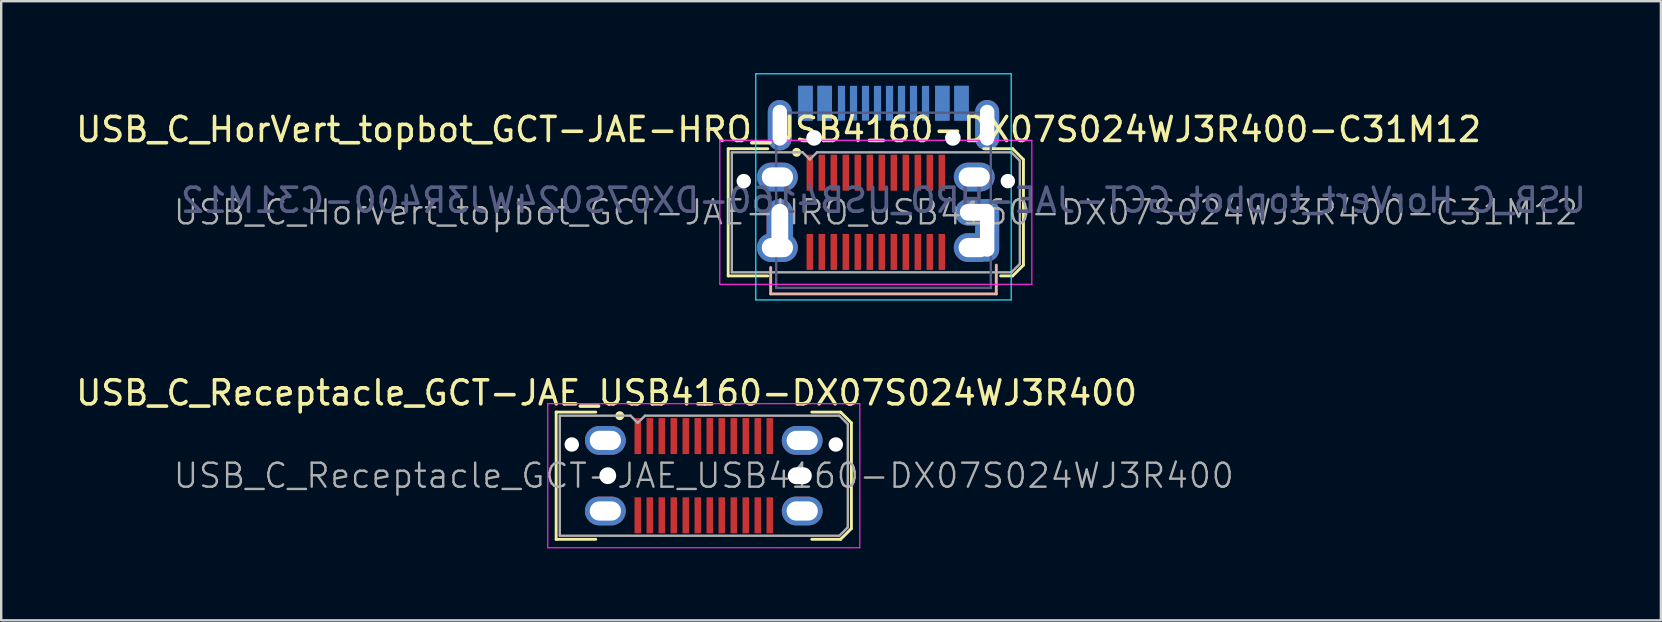
<source format=kicad_pcb>
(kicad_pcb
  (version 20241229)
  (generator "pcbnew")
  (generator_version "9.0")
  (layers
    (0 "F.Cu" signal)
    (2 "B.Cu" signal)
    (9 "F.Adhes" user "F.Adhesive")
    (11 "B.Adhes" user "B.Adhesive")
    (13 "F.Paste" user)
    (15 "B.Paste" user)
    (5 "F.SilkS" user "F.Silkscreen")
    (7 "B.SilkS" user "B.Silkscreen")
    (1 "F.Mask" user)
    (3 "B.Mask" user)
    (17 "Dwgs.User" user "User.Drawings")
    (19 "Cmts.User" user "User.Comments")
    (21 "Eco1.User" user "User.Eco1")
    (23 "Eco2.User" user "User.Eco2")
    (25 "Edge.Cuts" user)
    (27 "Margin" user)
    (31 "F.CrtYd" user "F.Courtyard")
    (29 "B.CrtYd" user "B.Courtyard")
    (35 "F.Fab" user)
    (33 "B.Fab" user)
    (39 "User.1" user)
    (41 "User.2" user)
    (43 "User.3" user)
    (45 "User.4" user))
  (footprint "USB_C_HorVert_topbot_GCT-JAE-HRO_USB4160-DX07S024WJ3R400-C31M12"
    (layer "F.Cu")
    (at 33.437 5.795)
    (property "Reference" "USB_C_HorVert_topbot_GCT-JAE-HRO_USB4160-DX07S024WJ3R400-C31M12" (at -4.05 -3.45 0) (layer "F.SilkS") (effects (font (size 1 1) (thickness 0.15))))
    (attr smd)
    (fp_line (start -6.15 -2.65) (end -6.15 2.65) (stroke (width 0.12) (type solid)) (layer "F.SilkS"))
    (fp_line (start -6.15 -2.65) (end -4.5 -2.65) (stroke (width 0.12) (type solid)) (layer "F.SilkS"))
    (fp_line (start -6.15 2.65) (end -4.5 2.65) (stroke (width 0.12) (type solid)) (layer "F.SilkS"))
    (fp_line (start 4.5 -2.65) (end 5.7 -2.65) (stroke (width 0.12) (type solid)) (layer "F.SilkS"))
    (fp_line (start 5.2 2.65) (end 5.7 2.65) (stroke (width 0.12) (type solid)) (layer "F.SilkS"))
    (fp_line (start 5.7 -2.65) (end 6.15 -2.2) (stroke (width 0.12) (type solid)) (layer "F.SilkS"))
    (fp_line (start 5.7 2.65) (end 6.15 2.2) (stroke (width 0.12) (type solid)) (layer "F.SilkS"))
    (fp_line (start 6.15 -2.2) (end 6.15 2.2) (stroke (width 0.12) (type solid)) (layer "F.SilkS"))
    (fp_circle (center -3.3 -2.5) (end -3.188 -2.5) (stroke (width 0.15) (type solid)) (fill no) (layer "F.SilkS"))
    (fp_line (start -4.38 2.3) (end -4.38 3.4) (stroke (width 0.12) (type solid)) (layer "B.SilkS"))
    (fp_line (start -4.38 3.4) (end 5.02 3.4) (stroke (width 0.12) (type solid)) (layer "B.SilkS"))
    (fp_line (start 5.02 2.2) (end 5.02 3.4) (stroke (width 0.12) (type solid)) (layer "B.SilkS"))
    (fp_line (start -5 -5.77) (end -5 3.65) (stroke (width 0.05) (type default)) (layer "B.CrtYd"))
    (fp_line (start -5 -5.77) (end 5.64 -5.77) (stroke (width 0.05) (type solid)) (layer "B.CrtYd"))
    (fp_line (start -5 3.65) (end 5.64 3.65) (stroke (width 0.05) (type solid)) (layer "B.CrtYd"))
    (fp_line (start 5.64 -5.77) (end 5.64 3.65) (stroke (width 0.05) (type default)) (layer "B.CrtYd"))
    (fp_line (start -6.5 -3) (end 6.5 -3) (stroke (width 0.05) (type default)) (layer "F.CrtYd"))
    (fp_line (start -6.5 3) (end -6.5 -3) (stroke (width 0.05) (type solid)) (layer "F.CrtYd"))
    (fp_line (start 6.5 -3) (end 6.5 3) (stroke (width 0.05) (type solid)) (layer "F.CrtYd"))
    (fp_line (start 6.5 3) (end -6.5 3) (stroke (width 0.05) (type default)) (layer "F.CrtYd"))
    (fp_line (start -4.15 -4.15) (end -4.15 3.15) (stroke (width 0.1) (type solid)) (layer "B.Fab"))
    (fp_line (start -4.15 -4.15) (end 4.79 -4.15) (stroke (width 0.1) (type solid)) (layer "B.Fab"))
    (fp_line (start -4.15 3.15) (end 4.79 3.15) (stroke (width 0.1) (type solid)) (layer "B.Fab"))
    (fp_line (start 4.79 -4.15) (end 4.79 3.15) (stroke (width 0.1) (type solid)) (layer "B.Fab"))
    (fp_line (start -6 -2.5) (end -3.05 -2.5) (stroke (width 0.1) (type solid)) (layer "F.Fab"))
    (fp_line (start -6 2.5) (end -6 -2.5) (stroke (width 0.1) (type solid)) (layer "F.Fab"))
    (fp_line (start -6 2.5) (end 5.65 2.5) (stroke (width 0.1) (type solid)) (layer "F.Fab"))
    (fp_line (start -3.05 -2.5) (end -2.75 -2.2) (stroke (width 0.1) (type solid)) (layer "F.Fab"))
    (fp_line (start -2.75 -2.2) (end -2.45 -2.5) (stroke (width 0.1) (type solid)) (layer "F.Fab"))
    (fp_line (start 5.65 -2.5) (end -2.45 -2.5) (stroke (width 0.1) (type solid)) (layer "F.Fab"))
    (fp_line (start 5.65 -2.5) (end 6 -2.15) (stroke (width 0.1) (type solid)) (layer "F.Fab"))
    (fp_line (start 5.65 2.5) (end 6 2.15) (stroke (width 0.1) (type solid)) (layer "F.Fab"))
    (fp_line (start 6 2.15) (end 6 -2.15) (stroke (width 0.1) (type solid)) (layer "F.Fab"))
    (fp_text user "${REFERENCE}" (at 0.32 -0.5 0) (layer "B.Fab") (effects (font (size 1 1) (thickness 0.15)) (justify mirror)))
    (fp_text user "${REFERENCE}" (at 0 0 0) (layer "F.Fab") (effects (font (size 1 1) (thickness 0.1))))
    (pad "" np_thru_hole circle (at -5.5 -1.3) (size 0.6 0.6) (drill 0.6) (layers "*.Cu" "*.Mask"))
    (pad "" np_thru_hole circle (at -2.57 -3.1) (size 0.65 0.65) (drill 0.65) (layers "*.Cu" "*.Mask"))
    (pad "" np_thru_hole circle (at 3.21 -3.1) (size 0.65 0.65) (drill 0.65) (layers "*.Cu" "*.Mask"))
    (pad "" np_thru_hole circle (at 5.5 -1.3) (size 0.6 0.6) (drill 0.6) (layers "*.Cu" "*.Mask"))
    (pad "A1" smd rect (at -2.75 -1.65) (size 0.27 1.5) (layers "F.Cu" "F.Mask" "F.Paste"))
    (pad "A1" smd rect (at 3.57 -4.545) (size 0.6 1.45) (layers "B.Cu" "B.Mask" "B.Paste"))
    (pad "A2" smd rect (at -2.25 -1.65) (size 0.27 1.5) (layers "F.Cu" "F.Mask" "F.Paste"))
    (pad "A3" smd rect (at -1.75 -1.65) (size 0.27 1.5) (layers "F.Cu" "F.Mask" "F.Paste"))
    (pad "A4" smd rect (at -1.25 -1.65) (size 0.27 1.5) (layers "F.Cu" "F.Mask" "F.Paste"))
    (pad "A4" smd rect (at 2.77 -4.545) (size 0.6 1.45) (layers "B.Cu" "B.Mask" "B.Paste"))
    (pad "A5" smd rect (at -0.75 -1.65) (size 0.27 1.5) (layers "F.Cu" "F.Mask" "F.Paste"))
    (pad "A5" smd rect (at 1.57 -4.545) (size 0.3 1.45) (layers "B.Cu" "B.Mask" "B.Paste"))
    (pad "A6" smd rect (at -0.25 -1.65) (size 0.27 1.5) (layers "F.Cu" "F.Mask" "F.Paste"))
    (pad "A6" smd rect (at 0.57 -4.545) (size 0.3 1.45) (layers "B.Cu" "B.Mask" "B.Paste"))
    (pad "A7" smd rect (at 0.07 -4.545) (size 0.3 1.45) (layers "B.Cu" "B.Mask" "B.Paste"))
    (pad "A7" smd rect (at 0.25 -1.65) (size 0.27 1.5) (layers "F.Cu" "F.Mask" "F.Paste"))
    (pad "A8" smd rect (at -0.93 -4.545) (size 0.3 1.45) (layers "B.Cu" "B.Mask" "B.Paste"))
    (pad "A8" smd rect (at 0.75 -1.65) (size 0.27 1.5) (layers "F.Cu" "F.Mask" "F.Paste"))
    (pad "A9" smd rect (at -2.13 -4.545) (size 0.6 1.45) (layers "B.Cu" "B.Mask" "B.Paste"))
    (pad "A9" smd rect (at 1.25 -1.65) (size 0.27 1.5) (layers "F.Cu" "F.Mask" "F.Paste"))
    (pad "A10" smd rect (at 1.75 -1.65) (size 0.27 1.5) (layers "F.Cu" "F.Mask" "F.Paste"))
    (pad "A11" smd rect (at 2.25 -1.65) (size 0.27 1.5) (layers "F.Cu" "F.Mask" "F.Paste"))
    (pad "A12" smd rect (at -2.93 -4.545) (size 0.6 1.45) (layers "B.Cu" "B.Mask" "B.Paste"))
    (pad "A12" smd rect (at 2.75 -1.65) (size 0.27 1.5) (layers "F.Cu" "F.Mask" "F.Paste"))
    (pad "B1" smd rect (at -2.93 -4.545) (size 0.6 1.45) (layers "B.Cu" "B.Mask" "B.Paste"))
    (pad "B1" smd rect (at 2.75 1.65) (size 0.27 1.5) (layers "F.Cu" "F.Mask" "F.Paste"))
    (pad "B2" smd rect (at 2.25 1.65) (size 0.27 1.5) (layers "F.Cu" "F.Mask" "F.Paste"))
    (pad "B3" smd rect (at 1.75 1.65) (size 0.27 1.5) (layers "F.Cu" "F.Mask" "F.Paste"))
    (pad "B4" smd rect (at -2.13 -4.545) (size 0.6 1.45) (layers "B.Cu" "B.Mask" "B.Paste"))
    (pad "B4" smd rect (at 1.25 1.65) (size 0.27 1.5) (layers "F.Cu" "F.Mask" "F.Paste"))
    (pad "B5" smd rect (at -1.43 -4.545) (size 0.3 1.45) (layers "B.Cu" "B.Mask" "B.Paste"))
    (pad "B5" smd rect (at 0.75 1.65) (size 0.27 1.5) (layers "F.Cu" "F.Mask" "F.Paste"))
    (pad "B6" smd rect (at -0.43 -4.545) (size 0.3 1.45) (layers "B.Cu" "B.Mask" "B.Paste"))
    (pad "B6" smd rect (at 0.25 1.65) (size 0.27 1.5) (layers "F.Cu" "F.Mask" "F.Paste"))
    (pad "B7" smd rect (at -0.25 1.65) (size 0.27 1.5) (layers "F.Cu" "F.Mask" "F.Paste"))
    (pad "B7" smd rect (at 1.07 -4.545) (size 0.3 1.45) (layers "B.Cu" "B.Mask" "B.Paste"))
    (pad "B8" smd rect (at -0.75 1.65) (size 0.27 1.5) (layers "F.Cu" "F.Mask" "F.Paste"))
    (pad "B8" smd rect (at 2.07 -4.545) (size 0.3 1.45) (layers "B.Cu" "B.Mask" "B.Paste"))
    (pad "B9" smd rect (at -1.25 1.65) (size 0.27 1.5) (layers "F.Cu" "F.Mask" "F.Paste"))
    (pad "B9" smd rect (at 2.77 -4.545) (size 0.6 1.45) (layers "B.Cu" "B.Mask" "B.Paste"))
    (pad "B10" smd rect (at -1.75 1.65) (size 0.27 1.5) (layers "F.Cu" "F.Mask" "F.Paste"))
    (pad "B11" smd rect (at -2.25 1.65) (size 0.27 1.5) (layers "F.Cu" "F.Mask" "F.Paste"))
    (pad "B12" smd rect (at -2.75 1.65) (size 0.27 1.5) (layers "F.Cu" "F.Mask" "F.Paste"))
    (pad "B12" smd rect (at 3.57 -4.545) (size 0.6 1.45) (layers "B.Cu" "B.Mask" "B.Paste"))
    (pad "S1" thru_hole oval (at -4.1 -1.47 90) (size 1.2 1.7) (drill oval 0.8 1.3) (layers "*.Cu" "*.Mask"))
    (pad "S1" thru_hole oval (at -4.1 1.47 90) (size 1.2 1.7) (drill oval 0.8 1.3) (layers "*.Cu" "*.Mask"))
    (pad "S1" thru_hole oval (at -4 -3.63) (size 1 2.1) (drill oval 0.6 1.7) (layers "*.Cu" "*.Mask"))
    (pad "S1" thru_hole oval (at -4 0.55) (size 1.1 2.2) (drill oval 0.7 1.8) (layers "*.Cu" "*.Mask"))
    (pad "S1" thru_hole oval (at 4.1 -1.47 90) (size 1.2 1.7) (drill oval 0.8 1.3) (layers "*.Cu" "*.Mask"))
    (pad "S1" thru_hole oval (at 4.1 1.47 90) (size 1.2 1.7) (drill oval 0.8 1.3) (layers "*.Cu" "*.Mask"))
    (pad "S1" thru_hole oval (at 4.2 0) (size 1.8 1.1) (drill oval 1.4 0.7) (layers "*.Cu" "*.Mask"))
    (pad "S1" thru_hole oval (at 4.64 -3.63) (size 1 2.1) (drill oval 0.6 1.7) (layers "*.Cu" "*.Mask"))
    (pad "S1" thru_hole oval (at 4.64 0.75) (size 1 2.6) (drill oval 0.6 2.2) (layers "*.Cu" "*.Mask")))
  (footprint "USB_C_Receptacle_GCT-JAE_USB4160-DX07S024WJ3R400"
    (layer "F.Cu")
    (at 26.27 16.768)
    (property "Reference" "USB_C_Receptacle_GCT-JAE_USB4160-DX07S024WJ3R400" (at -4.05 -3.45 0) (layer "F.SilkS") (effects (font (size 1 1) (thickness 0.15))))
    (attr smd)
    (fp_line (start -6.15 -2.65) (end -6.15 2.65) (stroke (width 0.12) (type solid)) (layer "F.SilkS"))
    (fp_line (start -6.15 -2.65) (end -4.5 -2.65) (stroke (width 0.12) (type solid)) (layer "F.SilkS"))
    (fp_line (start -6.15 2.65) (end -4.5 2.65) (stroke (width 0.12) (type solid)) (layer "F.SilkS"))
    (fp_line (start 4.5 -2.65) (end 5.7 -2.65) (stroke (width 0.12) (type solid)) (layer "F.SilkS"))
    (fp_line (start 4.5 2.65) (end 5.7 2.65) (stroke (width 0.12) (type solid)) (layer "F.SilkS"))
    (fp_line (start 5.7 -2.65) (end 6.15 -2.2) (stroke (width 0.12) (type solid)) (layer "F.SilkS"))
    (fp_line (start 5.7 2.65) (end 6.15 2.2) (stroke (width 0.12) (type solid)) (layer "F.SilkS"))
    (fp_line (start 6.15 -2.2) (end 6.15 2.2) (stroke (width 0.12) (type solid)) (layer "F.SilkS"))
    (fp_circle (center -3.5 -2.5) (end -3.388 -2.5) (stroke (width 0.15) (type solid)) (fill no) (layer "F.SilkS"))
    (fp_line (start -6.5 -3) (end 6.5 -3) (stroke (width 0.05) (type solid)) (layer "F.CrtYd"))
    (fp_line (start -6.5 3) (end -6.5 -3) (stroke (width 0.05) (type solid)) (layer "F.CrtYd"))
    (fp_line (start 6.5 -3) (end 6.5 3) (stroke (width 0.05) (type solid)) (layer "F.CrtYd"))
    (fp_line (start 6.5 3) (end -6.5 3) (stroke (width 0.05) (type solid)) (layer "F.CrtYd"))
    (fp_line (start -6 -2.5) (end -3.05 -2.5) (stroke (width 0.1) (type solid)) (layer "F.Fab"))
    (fp_line (start -6 2.5) (end -6 -2.5) (stroke (width 0.1) (type solid)) (layer "F.Fab"))
    (fp_line (start -6 2.5) (end 5.65 2.5) (stroke (width 0.1) (type solid)) (layer "F.Fab"))
    (fp_line (start -3.05 -2.5) (end -2.75 -2.2) (stroke (width 0.1) (type solid)) (layer "F.Fab"))
    (fp_line (start -2.75 -2.2) (end -2.45 -2.5) (stroke (width 0.1) (type solid)) (layer "F.Fab"))
    (fp_line (start 5.65 -2.5) (end -2.45 -2.5) (stroke (width 0.1) (type solid)) (layer "F.Fab"))
    (fp_line (start 5.65 -2.5) (end 6 -2.15) (stroke (width 0.1) (type solid)) (layer "F.Fab"))
    (fp_line (start 5.65 2.5) (end 6 2.15) (stroke (width 0.1) (type solid)) (layer "F.Fab"))
    (fp_line (start 6 2.15) (end 6 -2.15) (stroke (width 0.1) (type solid)) (layer "F.Fab"))
    (fp_text user "${REFERENCE}" (at 0 0 0) (layer "F.Fab") (effects (font (size 1 1) (thickness 0.1))))
    (pad "" np_thru_hole circle (at -5.5 -1.3) (size 0.6 0.6) (drill 0.6) (layers "*.Cu" "*.Mask"))
    (pad "" np_thru_hole circle (at -4 0) (size 0.7 0.7) (drill 0.7) (layers "*.Cu" "*.Mask"))
    (pad "" np_thru_hole oval (at 4 0) (size 1 0.7) (drill oval 1 0.7) (layers "*.Cu" "*.Mask"))
    (pad "" np_thru_hole circle (at 5.5 -1.3) (size 0.6 0.6) (drill 0.6) (layers "*.Cu" "*.Mask"))
    (pad "A1" smd rect (at -2.75 -1.65) (size 0.27 1.5) (layers "F.Cu" "F.Mask" "F.Paste"))
    (pad "A2" smd rect (at -2.25 -1.65) (size 0.27 1.5) (layers "F.Cu" "F.Mask" "F.Paste"))
    (pad "A3" smd rect (at -1.75 -1.65) (size 0.27 1.5) (layers "F.Cu" "F.Mask" "F.Paste"))
    (pad "A4" smd rect (at -1.25 -1.65) (size 0.27 1.5) (layers "F.Cu" "F.Mask" "F.Paste"))
    (pad "A5" smd rect (at -0.75 -1.65) (size 0.27 1.5) (layers "F.Cu" "F.Mask" "F.Paste"))
    (pad "A6" smd rect (at -0.25 -1.65) (size 0.27 1.5) (layers "F.Cu" "F.Mask" "F.Paste"))
    (pad "A7" smd rect (at 0.25 -1.65) (size 0.27 1.5) (layers "F.Cu" "F.Mask" "F.Paste"))
    (pad "A8" smd rect (at 0.75 -1.65) (size 0.27 1.5) (layers "F.Cu" "F.Mask" "F.Paste"))
    (pad "A9" smd rect (at 1.25 -1.65) (size 0.27 1.5) (layers "F.Cu" "F.Mask" "F.Paste"))
    (pad "A10" smd rect (at 1.75 -1.65) (size 0.27 1.5) (layers "F.Cu" "F.Mask" "F.Paste"))
    (pad "A11" smd rect (at 2.25 -1.65) (size 0.27 1.5) (layers "F.Cu" "F.Mask" "F.Paste"))
    (pad "A12" smd rect (at 2.75 -1.65) (size 0.27 1.5) (layers "F.Cu" "F.Mask" "F.Paste"))
    (pad "B1" smd rect (at 2.75 1.65) (size 0.27 1.5) (layers "F.Cu" "F.Mask" "F.Paste"))
    (pad "B2" smd rect (at 2.25 1.65) (size 0.27 1.5) (layers "F.Cu" "F.Mask" "F.Paste"))
    (pad "B3" smd rect (at 1.75 1.65) (size 0.27 1.5) (layers "F.Cu" "F.Mask" "F.Paste"))
    (pad "B4" smd rect (at 1.25 1.65) (size 0.27 1.5) (layers "F.Cu" "F.Mask" "F.Paste"))
    (pad "B5" smd rect (at 0.75 1.65) (size 0.27 1.5) (layers "F.Cu" "F.Mask" "F.Paste"))
    (pad "B6" smd rect (at 0.25 1.65) (size 0.27 1.5) (layers "F.Cu" "F.Mask" "F.Paste"))
    (pad "B7" smd rect (at -0.25 1.65) (size 0.27 1.5) (layers "F.Cu" "F.Mask" "F.Paste"))
    (pad "B8" smd rect (at -0.75 1.65) (size 0.27 1.5) (layers "F.Cu" "F.Mask" "F.Paste"))
    (pad "B9" smd rect (at -1.25 1.65) (size 0.27 1.5) (layers "F.Cu" "F.Mask" "F.Paste"))
    (pad "B10" smd rect (at -1.75 1.65) (size 0.27 1.5) (layers "F.Cu" "F.Mask" "F.Paste"))
    (pad "B11" smd rect (at -2.25 1.65) (size 0.27 1.5) (layers "F.Cu" "F.Mask" "F.Paste"))
    (pad "B12" smd rect (at -2.75 1.65) (size 0.27 1.5) (layers "F.Cu" "F.Mask" "F.Paste"))
    (pad "S1" thru_hole oval (at -4.1 -1.47 90) (size 1.2 1.7) (drill oval 0.8 1.3) (layers "*.Cu" "*.Mask"))
    (pad "S1" thru_hole oval (at -4.1 1.47 90) (size 1.2 1.7) (drill oval 0.8 1.3) (layers "*.Cu" "*.Mask"))
    (pad "S1" thru_hole oval (at 4.1 -1.47 90) (size 1.2 1.7) (drill oval 0.8 1.3) (layers "*.Cu" "*.Mask"))
    (pad "S1" thru_hole oval (at 4.1 1.47 90) (size 1.2 1.7) (drill oval 0.8 1.3) (layers "*.Cu" "*.Mask")))
  (gr_rect
    (start -3 -3)
    (end 66.144 22.793)
    (stroke (width 0.1) (type default))
    (fill no)
    (layer "Edge.Cuts")))
</source>
